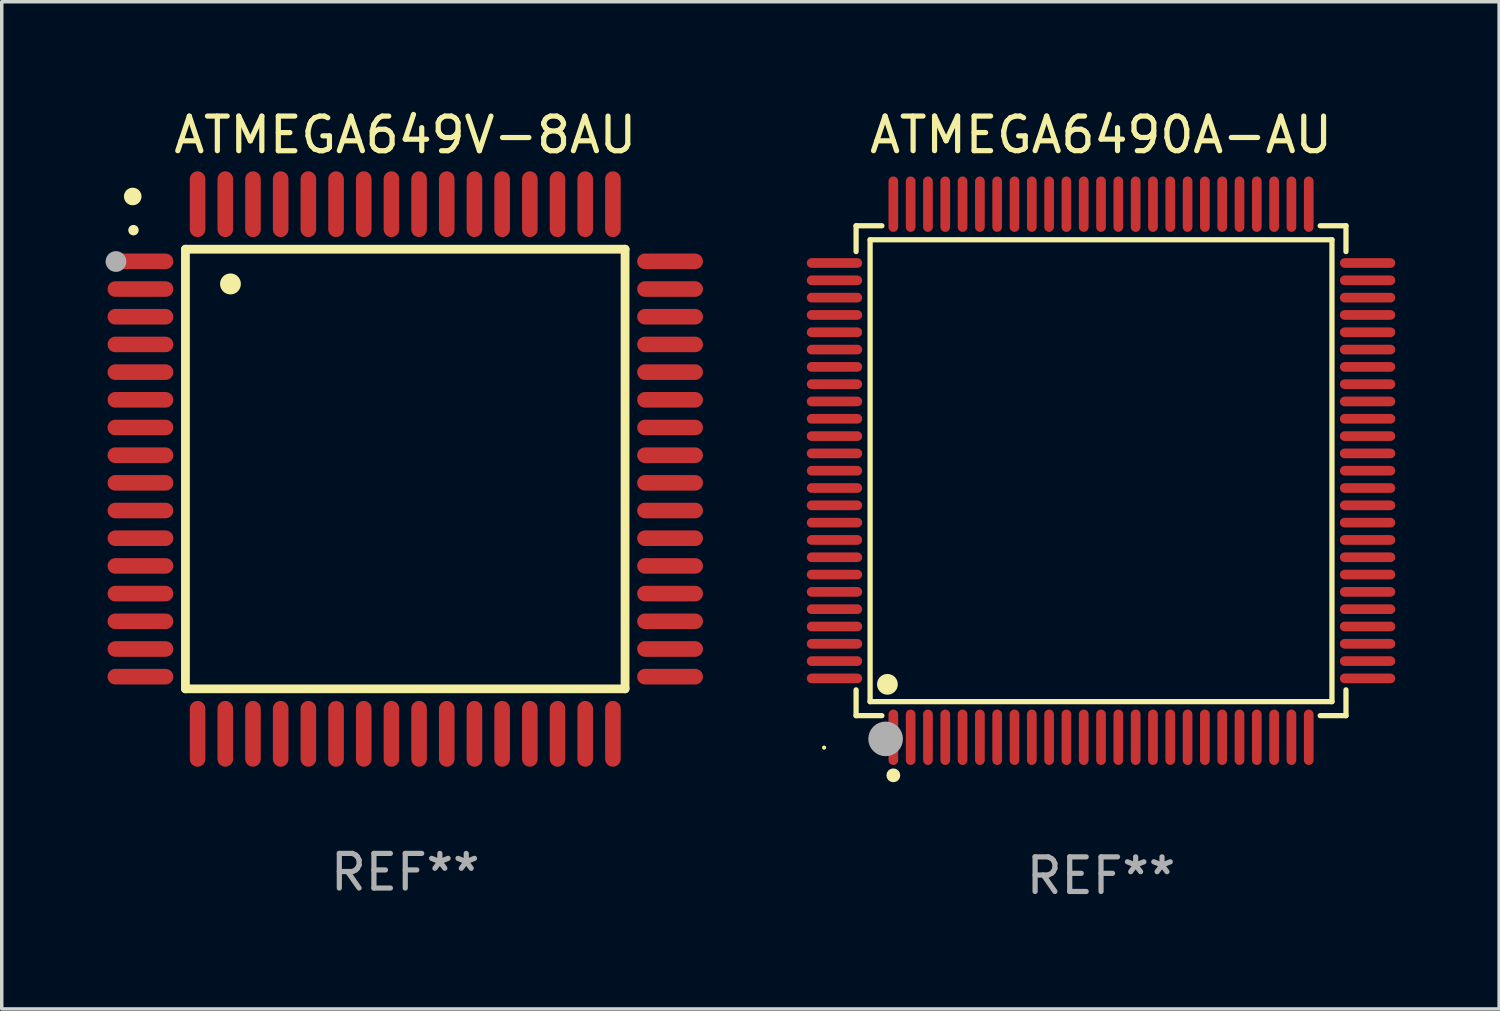
<source format=kicad_pcb>
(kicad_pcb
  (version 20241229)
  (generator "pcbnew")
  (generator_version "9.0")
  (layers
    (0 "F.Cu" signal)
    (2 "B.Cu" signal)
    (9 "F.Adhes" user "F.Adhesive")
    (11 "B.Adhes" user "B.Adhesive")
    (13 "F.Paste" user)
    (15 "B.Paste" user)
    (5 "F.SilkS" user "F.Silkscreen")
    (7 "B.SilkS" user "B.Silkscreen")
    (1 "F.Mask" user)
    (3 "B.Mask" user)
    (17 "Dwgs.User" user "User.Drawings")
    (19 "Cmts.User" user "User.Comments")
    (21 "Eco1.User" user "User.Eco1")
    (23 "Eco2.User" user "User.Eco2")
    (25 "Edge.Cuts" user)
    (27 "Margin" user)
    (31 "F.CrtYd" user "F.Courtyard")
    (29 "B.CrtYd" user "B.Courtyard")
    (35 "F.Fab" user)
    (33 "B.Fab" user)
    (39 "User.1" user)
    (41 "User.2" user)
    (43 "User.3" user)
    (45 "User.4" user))
  (footprint "ATMEGA649V-8AU"
    (layer "F.Cu")
    (at 8.657 10.499)
    (property "Reference" "ATMEGA649V-8AU" (at 0 -9.65 0) (layer "F.SilkS") (effects (font (size 1 1) (thickness 0.15))))
    (attr through_hole)
    (fp_line (start -6.35 -6.35) (end 6.35 -6.35) (stroke (width 0.254) (type solid)) (layer "F.SilkS"))
    (fp_line (start -6.35 6.35) (end -6.35 -6.35) (stroke (width 0.254) (type solid)) (layer "F.SilkS"))
    (fp_line (start 6.35 -6.35) (end 6.35 6.35) (stroke (width 0.254) (type solid)) (layer "F.SilkS"))
    (fp_line (start 6.35 6.35) (end -6.35 6.35) (stroke (width 0.254) (type solid)) (layer "F.SilkS"))
    (fp_arc (start -7.851156 -6.898654) (mid -7.851161 -6.899924) (end -7.851156 -6.901194) (stroke (width 0.3) (type solid)) (layer "F.SilkS"))
    (fp_arc (start -5.04953 -5.344171) (mid -5.049541 -5.346711) (end -5.04953 -5.349251) (stroke (width 0.6) (type solid)) (layer "F.SilkS"))
    (fp_circle (center -7.873 -7.873) (end -7.746 -7.873) (stroke (width 0.254) (type solid)) (fill no) (layer "F.SilkS"))
    (fp_circle (center -8.357 -5.994) (end -8.207 -5.994) (stroke (width 0.3) (type solid)) (fill no) (layer "F.Fab"))
    (fp_text user "REF**" (at 0 11.65 0) (layer "F.Fab") (effects (font (size 1 1) (thickness 0.15))))
    (pad "1" smd oval (at -7.65 -5.999 90) (size 0.45 1.9) (layers "F.Cu" "F.Mask" "F.Paste"))
    (pad "2" smd oval (at -7.65 -5.199 90) (size 0.45 1.9) (layers "F.Cu" "F.Mask" "F.Paste"))
    (pad "3" smd oval (at -7.65 -4.399 90) (size 0.45 1.9) (layers "F.Cu" "F.Mask" "F.Paste"))
    (pad "4" smd oval (at -7.65 -3.599 90) (size 0.45 1.9) (layers "F.Cu" "F.Mask" "F.Paste"))
    (pad "5" smd oval (at -7.65 -2.799 90) (size 0.45 1.9) (layers "F.Cu" "F.Mask" "F.Paste"))
    (pad "6" smd oval (at -7.65 -1.999 90) (size 0.45 1.9) (layers "F.Cu" "F.Mask" "F.Paste"))
    (pad "7" smd oval (at -7.65 -1.199 90) (size 0.45 1.9) (layers "F.Cu" "F.Mask" "F.Paste"))
    (pad "8" smd oval (at -7.65 -0.399 90) (size 0.45 1.9) (layers "F.Cu" "F.Mask" "F.Paste"))
    (pad "9" smd oval (at -7.65 0.399 90) (size 0.45 1.9) (layers "F.Cu" "F.Mask" "F.Paste"))
    (pad "10" smd oval (at -7.65 1.199 90) (size 0.45 1.9) (layers "F.Cu" "F.Mask" "F.Paste"))
    (pad "11" smd oval (at -7.65 1.999 90) (size 0.45 1.9) (layers "F.Cu" "F.Mask" "F.Paste"))
    (pad "12" smd oval (at -7.65 2.799 90) (size 0.45 1.9) (layers "F.Cu" "F.Mask" "F.Paste"))
    (pad "13" smd oval (at -7.65 3.599 90) (size 0.45 1.9) (layers "F.Cu" "F.Mask" "F.Paste"))
    (pad "14" smd oval (at -7.65 4.399 90) (size 0.45 1.9) (layers "F.Cu" "F.Mask" "F.Paste"))
    (pad "15" smd oval (at -7.65 5.199 90) (size 0.45 1.9) (layers "F.Cu" "F.Mask" "F.Paste"))
    (pad "16" smd oval (at -7.65 5.999 90) (size 0.45 1.9) (layers "F.Cu" "F.Mask" "F.Paste"))
    (pad "17" smd oval (at -5.999 7.65) (size 0.45 1.9) (layers "F.Cu" "F.Mask" "F.Paste"))
    (pad "18" smd oval (at -5.199 7.65) (size 0.45 1.9) (layers "F.Cu" "F.Mask" "F.Paste"))
    (pad "19" smd oval (at -4.399 7.65) (size 0.45 1.9) (layers "F.Cu" "F.Mask" "F.Paste"))
    (pad "20" smd oval (at -3.599 7.65) (size 0.45 1.9) (layers "F.Cu" "F.Mask" "F.Paste"))
    (pad "21" smd oval (at -2.799 7.65) (size 0.45 1.9) (layers "F.Cu" "F.Mask" "F.Paste"))
    (pad "22" smd oval (at -1.999 7.65) (size 0.45 1.9) (layers "F.Cu" "F.Mask" "F.Paste"))
    (pad "23" smd oval (at -1.199 7.65) (size 0.45 1.9) (layers "F.Cu" "F.Mask" "F.Paste"))
    (pad "24" smd oval (at -0.399 7.65) (size 0.45 1.9) (layers "F.Cu" "F.Mask" "F.Paste"))
    (pad "25" smd oval (at 0.399 7.65) (size 0.45 1.9) (layers "F.Cu" "F.Mask" "F.Paste"))
    (pad "26" smd oval (at 1.199 7.65) (size 0.45 1.9) (layers "F.Cu" "F.Mask" "F.Paste"))
    (pad "27" smd oval (at 1.999 7.65) (size 0.45 1.9) (layers "F.Cu" "F.Mask" "F.Paste"))
    (pad "28" smd oval (at 2.799 7.65) (size 0.45 1.9) (layers "F.Cu" "F.Mask" "F.Paste"))
    (pad "29" smd oval (at 3.599 7.65) (size 0.45 1.9) (layers "F.Cu" "F.Mask" "F.Paste"))
    (pad "30" smd oval (at 4.399 7.65) (size 0.45 1.9) (layers "F.Cu" "F.Mask" "F.Paste"))
    (pad "31" smd oval (at 5.199 7.65) (size 0.45 1.9) (layers "F.Cu" "F.Mask" "F.Paste"))
    (pad "32" smd oval (at 5.999 7.65) (size 0.45 1.9) (layers "F.Cu" "F.Mask" "F.Paste"))
    (pad "33" smd oval (at 7.65 5.999 90) (size 0.45 1.9) (layers "F.Cu" "F.Mask" "F.Paste"))
    (pad "34" smd oval (at 7.65 5.199 90) (size 0.45 1.9) (layers "F.Cu" "F.Mask" "F.Paste"))
    (pad "35" smd oval (at 7.65 4.399 90) (size 0.45 1.9) (layers "F.Cu" "F.Mask" "F.Paste"))
    (pad "36" smd oval (at 7.65 3.599 90) (size 0.45 1.9) (layers "F.Cu" "F.Mask" "F.Paste"))
    (pad "37" smd oval (at 7.65 2.799 90) (size 0.45 1.9) (layers "F.Cu" "F.Mask" "F.Paste"))
    (pad "38" smd oval (at 7.65 1.999 90) (size 0.45 1.9) (layers "F.Cu" "F.Mask" "F.Paste"))
    (pad "39" smd oval (at 7.65 1.199 90) (size 0.45 1.9) (layers "F.Cu" "F.Mask" "F.Paste"))
    (pad "40" smd oval (at 7.65 0.399 90) (size 0.45 1.9) (layers "F.Cu" "F.Mask" "F.Paste"))
    (pad "41" smd oval (at 7.65 -0.399 90) (size 0.45 1.9) (layers "F.Cu" "F.Mask" "F.Paste"))
    (pad "42" smd oval (at 7.65 -1.199 90) (size 0.45 1.9) (layers "F.Cu" "F.Mask" "F.Paste"))
    (pad "43" smd oval (at 7.65 -1.999 90) (size 0.45 1.9) (layers "F.Cu" "F.Mask" "F.Paste"))
    (pad "44" smd oval (at 7.65 -2.799 90) (size 0.45 1.9) (layers "F.Cu" "F.Mask" "F.Paste"))
    (pad "45" smd oval (at 7.65 -3.599 90) (size 0.45 1.9) (layers "F.Cu" "F.Mask" "F.Paste"))
    (pad "46" smd oval (at 7.65 -4.399 90) (size 0.45 1.9) (layers "F.Cu" "F.Mask" "F.Paste"))
    (pad "47" smd oval (at 7.65 -5.199 90) (size 0.45 1.9) (layers "F.Cu" "F.Mask" "F.Paste"))
    (pad "48" smd oval (at 7.65 -5.999 90) (size 0.45 1.9) (layers "F.Cu" "F.Mask" "F.Paste"))
    (pad "49" smd oval (at 5.999 -7.65) (size 0.45 1.9) (layers "F.Cu" "F.Mask" "F.Paste"))
    (pad "50" smd oval (at 5.199 -7.65) (size 0.45 1.9) (layers "F.Cu" "F.Mask" "F.Paste"))
    (pad "51" smd oval (at 4.399 -7.65) (size 0.45 1.9) (layers "F.Cu" "F.Mask" "F.Paste"))
    (pad "52" smd oval (at 3.599 -7.65) (size 0.45 1.9) (layers "F.Cu" "F.Mask" "F.Paste"))
    (pad "53" smd oval (at 2.799 -7.65) (size 0.45 1.9) (layers "F.Cu" "F.Mask" "F.Paste"))
    (pad "54" smd oval (at 1.999 -7.65) (size 0.45 1.9) (layers "F.Cu" "F.Mask" "F.Paste"))
    (pad "55" smd oval (at 1.199 -7.65) (size 0.45 1.9) (layers "F.Cu" "F.Mask" "F.Paste"))
    (pad "56" smd oval (at 0.399 -7.65) (size 0.45 1.9) (layers "F.Cu" "F.Mask" "F.Paste"))
    (pad "57" smd oval (at -0.399 -7.65) (size 0.45 1.9) (layers "F.Cu" "F.Mask" "F.Paste"))
    (pad "58" smd oval (at -1.199 -7.65) (size 0.45 1.9) (layers "F.Cu" "F.Mask" "F.Paste"))
    (pad "59" smd oval (at -1.999 -7.65) (size 0.45 1.9) (layers "F.Cu" "F.Mask" "F.Paste"))
    (pad "60" smd oval (at -2.799 -7.65) (size 0.45 1.9) (layers "F.Cu" "F.Mask" "F.Paste"))
    (pad "61" smd oval (at -3.599 -7.65) (size 0.45 1.9) (layers "F.Cu" "F.Mask" "F.Paste"))
    (pad "62" smd oval (at -4.399 -7.65) (size 0.45 1.9) (layers "F.Cu" "F.Mask" "F.Paste"))
    (pad "63" smd oval (at -5.199 -7.65) (size 0.45 1.9) (layers "F.Cu" "F.Mask" "F.Paste"))
    (pad "64" smd oval (at -5.999 -7.65) (size 0.45 1.9) (layers "F.Cu" "F.Mask" "F.Paste")))
  (footprint "ATMEGA6490A-AU"
    (layer "F.Cu")
    (at 28.757 10.548)
    (property "Reference" "ATMEGA6490A-AU" (at 0 -9.7 0) (layer "F.SilkS") (effects (font (size 1 1) (thickness 0.15))))
    (attr through_hole)
    (fp_line (start -7.076 -7.076) (end -6.331 -7.076) (stroke (width 0.152) (type solid)) (layer "F.SilkS"))
    (fp_line (start -7.076 -6.331) (end -7.076 -7.076) (stroke (width 0.152) (type solid)) (layer "F.SilkS"))
    (fp_line (start -7.076 6.331) (end -7.076 7.076) (stroke (width 0.152) (type solid)) (layer "F.SilkS"))
    (fp_line (start -7.076 7.076) (end -6.331 7.076) (stroke (width 0.152) (type solid)) (layer "F.SilkS"))
    (fp_line (start -6.671 -6.671) (end 6.671 -6.671) (stroke (width 0.152) (type solid)) (layer "F.SilkS"))
    (fp_line (start -6.671 6.671) (end -6.671 -6.671) (stroke (width 0.152) (type solid)) (layer "F.SilkS"))
    (fp_line (start 6.671 -6.671) (end 6.671 6.671) (stroke (width 0.152) (type solid)) (layer "F.SilkS"))
    (fp_line (start 6.671 6.671) (end -6.671 6.671) (stroke (width 0.152) (type solid)) (layer "F.SilkS"))
    (fp_line (start 7.076 -7.076) (end 6.331 -7.076) (stroke (width 0.152) (type solid)) (layer "F.SilkS"))
    (fp_line (start 7.076 -6.331) (end 7.076 -7.076) (stroke (width 0.152) (type solid)) (layer "F.SilkS"))
    (fp_line (start 7.076 6.331) (end 7.076 7.076) (stroke (width 0.152) (type solid)) (layer "F.SilkS"))
    (fp_line (start 7.076 7.076) (end 6.331 7.076) (stroke (width 0.152) (type solid)) (layer "F.SilkS"))
    (fp_circle (center -8 8) (end -7.97 8) (stroke (width 0.06) (type solid)) (fill no) (layer "F.SilkS"))
    (fp_circle (center -6.171 6.171) (end -6.021 6.171) (stroke (width 0.3) (type solid)) (fill no) (layer "F.SilkS"))
    (fp_circle (center -6 8.8) (end -5.9 8.8) (stroke (width 0.2) (type solid)) (fill no) (layer "F.SilkS"))
    (fp_circle (center -6.223 7.747) (end -5.973 7.747) (stroke (width 0.5) (type solid)) (fill no) (layer "F.Fab"))
    (fp_text user "REF**" (at 0 11.7 0) (layer "F.Fab") (effects (font (size 1 1) (thickness 0.15))))
    (pad "1" smd oval (at -6 7.7) (size 0.28 1.6) (layers "F.Cu" "F.Mask" "F.Paste"))
    (pad "2" smd oval (at -5.5 7.7) (size 0.28 1.6) (layers "F.Cu" "F.Mask" "F.Paste"))
    (pad "3" smd oval (at -5 7.7) (size 0.28 1.6) (layers "F.Cu" "F.Mask" "F.Paste"))
    (pad "4" smd oval (at -4.5 7.7) (size 0.28 1.6) (layers "F.Cu" "F.Mask" "F.Paste"))
    (pad "5" smd oval (at -4 7.7) (size 0.28 1.6) (layers "F.Cu" "F.Mask" "F.Paste"))
    (pad "6" smd oval (at -3.5 7.7) (size 0.28 1.6) (layers "F.Cu" "F.Mask" "F.Paste"))
    (pad "7" smd oval (at -3 7.7) (size 0.28 1.6) (layers "F.Cu" "F.Mask" "F.Paste"))
    (pad "8" smd oval (at -2.5 7.7) (size 0.28 1.6) (layers "F.Cu" "F.Mask" "F.Paste"))
    (pad "9" smd oval (at -2 7.7) (size 0.28 1.6) (layers "F.Cu" "F.Mask" "F.Paste"))
    (pad "10" smd oval (at -1.5 7.7) (size 0.28 1.6) (layers "F.Cu" "F.Mask" "F.Paste"))
    (pad "11" smd oval (at -1 7.7) (size 0.28 1.6) (layers "F.Cu" "F.Mask" "F.Paste"))
    (pad "12" smd oval (at -0.5 7.7) (size 0.28 1.6) (layers "F.Cu" "F.Mask" "F.Paste"))
    (pad "13" smd oval (at 0 7.7) (size 0.28 1.6) (layers "F.Cu" "F.Mask" "F.Paste"))
    (pad "14" smd oval (at 0.5 7.7) (size 0.28 1.6) (layers "F.Cu" "F.Mask" "F.Paste"))
    (pad "15" smd oval (at 1 7.7) (size 0.28 1.6) (layers "F.Cu" "F.Mask" "F.Paste"))
    (pad "16" smd oval (at 1.5 7.7) (size 0.28 1.6) (layers "F.Cu" "F.Mask" "F.Paste"))
    (pad "17" smd oval (at 2 7.7) (size 0.28 1.6) (layers "F.Cu" "F.Mask" "F.Paste"))
    (pad "18" smd oval (at 2.5 7.7) (size 0.28 1.6) (layers "F.Cu" "F.Mask" "F.Paste"))
    (pad "19" smd oval (at 3 7.7) (size 0.28 1.6) (layers "F.Cu" "F.Mask" "F.Paste"))
    (pad "20" smd oval (at 3.5 7.7) (size 0.28 1.6) (layers "F.Cu" "F.Mask" "F.Paste"))
    (pad "21" smd oval (at 4 7.7) (size 0.28 1.6) (layers "F.Cu" "F.Mask" "F.Paste"))
    (pad "22" smd oval (at 4.5 7.7) (size 0.28 1.6) (layers "F.Cu" "F.Mask" "F.Paste"))
    (pad "23" smd oval (at 5 7.7) (size 0.28 1.6) (layers "F.Cu" "F.Mask" "F.Paste"))
    (pad "24" smd oval (at 5.5 7.7) (size 0.28 1.6) (layers "F.Cu" "F.Mask" "F.Paste"))
    (pad "25" smd oval (at 6 7.7) (size 0.28 1.6) (layers "F.Cu" "F.Mask" "F.Paste"))
    (pad "26" smd oval (at 7.7 6) (size 1.6 0.28) (layers "F.Cu" "F.Mask" "F.Paste"))
    (pad "27" smd oval (at 7.7 5.5) (size 1.6 0.28) (layers "F.Cu" "F.Mask" "F.Paste"))
    (pad "28" smd oval (at 7.7 5) (size 1.6 0.28) (layers "F.Cu" "F.Mask" "F.Paste"))
    (pad "29" smd oval (at 7.7 4.5) (size 1.6 0.28) (layers "F.Cu" "F.Mask" "F.Paste"))
    (pad "30" smd oval (at 7.7 4) (size 1.6 0.28) (layers "F.Cu" "F.Mask" "F.Paste"))
    (pad "31" smd oval (at 7.7 3.5) (size 1.6 0.28) (layers "F.Cu" "F.Mask" "F.Paste"))
    (pad "32" smd oval (at 7.7 3) (size 1.6 0.28) (layers "F.Cu" "F.Mask" "F.Paste"))
    (pad "33" smd oval (at 7.7 2.5) (size 1.6 0.28) (layers "F.Cu" "F.Mask" "F.Paste"))
    (pad "34" smd oval (at 7.7 2) (size 1.6 0.28) (layers "F.Cu" "F.Mask" "F.Paste"))
    (pad "35" smd oval (at 7.7 1.5) (size 1.6 0.28) (layers "F.Cu" "F.Mask" "F.Paste"))
    (pad "36" smd oval (at 7.7 1) (size 1.6 0.28) (layers "F.Cu" "F.Mask" "F.Paste"))
    (pad "37" smd oval (at 7.7 0.5) (size 1.6 0.28) (layers "F.Cu" "F.Mask" "F.Paste"))
    (pad "38" smd oval (at 7.7 0) (size 1.6 0.28) (layers "F.Cu" "F.Mask" "F.Paste"))
    (pad "39" smd oval (at 7.7 -0.5) (size 1.6 0.28) (layers "F.Cu" "F.Mask" "F.Paste"))
    (pad "40" smd oval (at 7.7 -1) (size 1.6 0.28) (layers "F.Cu" "F.Mask" "F.Paste"))
    (pad "41" smd oval (at 7.7 -1.5) (size 1.6 0.28) (layers "F.Cu" "F.Mask" "F.Paste"))
    (pad "42" smd oval (at 7.7 -2) (size 1.6 0.28) (layers "F.Cu" "F.Mask" "F.Paste"))
    (pad "43" smd oval (at 7.7 -2.5) (size 1.6 0.28) (layers "F.Cu" "F.Mask" "F.Paste"))
    (pad "44" smd oval (at 7.7 -3) (size 1.6 0.28) (layers "F.Cu" "F.Mask" "F.Paste"))
    (pad "45" smd oval (at 7.7 -3.5) (size 1.6 0.28) (layers "F.Cu" "F.Mask" "F.Paste"))
    (pad "46" smd oval (at 7.7 -4) (size 1.6 0.28) (layers "F.Cu" "F.Mask" "F.Paste"))
    (pad "47" smd oval (at 7.7 -4.5) (size 1.6 0.28) (layers "F.Cu" "F.Mask" "F.Paste"))
    (pad "48" smd oval (at 7.7 -5) (size 1.6 0.28) (layers "F.Cu" "F.Mask" "F.Paste"))
    (pad "49" smd oval (at 7.7 -5.5) (size 1.6 0.28) (layers "F.Cu" "F.Mask" "F.Paste"))
    (pad "50" smd oval (at 7.7 -6) (size 1.6 0.28) (layers "F.Cu" "F.Mask" "F.Paste"))
    (pad "51" smd oval (at 6 -7.7) (size 0.28 1.6) (layers "F.Cu" "F.Mask" "F.Paste"))
    (pad "52" smd oval (at 5.5 -7.7) (size 0.28 1.6) (layers "F.Cu" "F.Mask" "F.Paste"))
    (pad "53" smd oval (at 5 -7.7) (size 0.28 1.6) (layers "F.Cu" "F.Mask" "F.Paste"))
    (pad "54" smd oval (at 4.5 -7.7) (size 0.28 1.6) (layers "F.Cu" "F.Mask" "F.Paste"))
    (pad "55" smd oval (at 4 -7.7) (size 0.28 1.6) (layers "F.Cu" "F.Mask" "F.Paste"))
    (pad "56" smd oval (at 3.5 -7.7) (size 0.28 1.6) (layers "F.Cu" "F.Mask" "F.Paste"))
    (pad "57" smd oval (at 3 -7.7) (size 0.28 1.6) (layers "F.Cu" "F.Mask" "F.Paste"))
    (pad "58" smd oval (at 2.5 -7.7) (size 0.28 1.6) (layers "F.Cu" "F.Mask" "F.Paste"))
    (pad "59" smd oval (at 2 -7.7) (size 0.28 1.6) (layers "F.Cu" "F.Mask" "F.Paste"))
    (pad "60" smd oval (at 1.5 -7.7) (size 0.28 1.6) (layers "F.Cu" "F.Mask" "F.Paste"))
    (pad "61" smd oval (at 1 -7.7) (size 0.28 1.6) (layers "F.Cu" "F.Mask" "F.Paste"))
    (pad "62" smd oval (at 0.5 -7.7) (size 0.28 1.6) (layers "F.Cu" "F.Mask" "F.Paste"))
    (pad "63" smd oval (at 0 -7.7) (size 0.28 1.6) (layers "F.Cu" "F.Mask" "F.Paste"))
    (pad "64" smd oval (at -0.5 -7.7) (size 0.28 1.6) (layers "F.Cu" "F.Mask" "F.Paste"))
    (pad "65" smd oval (at -1 -7.7) (size 0.28 1.6) (layers "F.Cu" "F.Mask" "F.Paste"))
    (pad "66" smd oval (at -1.5 -7.7) (size 0.28 1.6) (layers "F.Cu" "F.Mask" "F.Paste"))
    (pad "67" smd oval (at -2 -7.7) (size 0.28 1.6) (layers "F.Cu" "F.Mask" "F.Paste"))
    (pad "68" smd oval (at -2.5 -7.7) (size 0.28 1.6) (layers "F.Cu" "F.Mask" "F.Paste"))
    (pad "69" smd oval (at -3 -7.7) (size 0.28 1.6) (layers "F.Cu" "F.Mask" "F.Paste"))
    (pad "70" smd oval (at -3.5 -7.7) (size 0.28 1.6) (layers "F.Cu" "F.Mask" "F.Paste"))
    (pad "71" smd oval (at -4 -7.7) (size 0.28 1.6) (layers "F.Cu" "F.Mask" "F.Paste"))
    (pad "72" smd oval (at -4.5 -7.7) (size 0.28 1.6) (layers "F.Cu" "F.Mask" "F.Paste"))
    (pad "73" smd oval (at -5 -7.7) (size 0.28 1.6) (layers "F.Cu" "F.Mask" "F.Paste"))
    (pad "74" smd oval (at -5.5 -7.7) (size 0.28 1.6) (layers "F.Cu" "F.Mask" "F.Paste"))
    (pad "75" smd oval (at -6 -7.7) (size 0.28 1.6) (layers "F.Cu" "F.Mask" "F.Paste"))
    (pad "76" smd oval (at -7.7 -6) (size 1.6 0.28) (layers "F.Cu" "F.Mask" "F.Paste"))
    (pad "77" smd oval (at -7.7 -5.5) (size 1.6 0.28) (layers "F.Cu" "F.Mask" "F.Paste"))
    (pad "78" smd oval (at -7.7 -5) (size 1.6 0.28) (layers "F.Cu" "F.Mask" "F.Paste"))
    (pad "79" smd oval (at -7.7 -4.5) (size 1.6 0.28) (layers "F.Cu" "F.Mask" "F.Paste"))
    (pad "80" smd oval (at -7.7 -4) (size 1.6 0.28) (layers "F.Cu" "F.Mask" "F.Paste"))
    (pad "81" smd oval (at -7.7 -3.5) (size 1.6 0.28) (layers "F.Cu" "F.Mask" "F.Paste"))
    (pad "82" smd oval (at -7.7 -3) (size 1.6 0.28) (layers "F.Cu" "F.Mask" "F.Paste"))
    (pad "83" smd oval (at -7.7 -2.5) (size 1.6 0.28) (layers "F.Cu" "F.Mask" "F.Paste"))
    (pad "84" smd oval (at -7.7 -2) (size 1.6 0.28) (layers "F.Cu" "F.Mask" "F.Paste"))
    (pad "85" smd oval (at -7.7 -1.5) (size 1.6 0.28) (layers "F.Cu" "F.Mask" "F.Paste"))
    (pad "86" smd oval (at -7.7 -1) (size 1.6 0.28) (layers "F.Cu" "F.Mask" "F.Paste"))
    (pad "87" smd oval (at -7.7 -0.5) (size 1.6 0.28) (layers "F.Cu" "F.Mask" "F.Paste"))
    (pad "88" smd oval (at -7.7 0) (size 1.6 0.28) (layers "F.Cu" "F.Mask" "F.Paste"))
    (pad "89" smd oval (at -7.7 0.5) (size 1.6 0.28) (layers "F.Cu" "F.Mask" "F.Paste"))
    (pad "90" smd oval (at -7.7 1) (size 1.6 0.28) (layers "F.Cu" "F.Mask" "F.Paste"))
    (pad "91" smd oval (at -7.7 1.5) (size 1.6 0.28) (layers "F.Cu" "F.Mask" "F.Paste"))
    (pad "92" smd oval (at -7.7 2) (size 1.6 0.28) (layers "F.Cu" "F.Mask" "F.Paste"))
    (pad "93" smd oval (at -7.7 2.5) (size 1.6 0.28) (layers "F.Cu" "F.Mask" "F.Paste"))
    (pad "94" smd oval (at -7.7 3) (size 1.6 0.28) (layers "F.Cu" "F.Mask" "F.Paste"))
    (pad "95" smd oval (at -7.7 3.5) (size 1.6 0.28) (layers "F.Cu" "F.Mask" "F.Paste"))
    (pad "96" smd oval (at -7.7 4) (size 1.6 0.28) (layers "F.Cu" "F.Mask" "F.Paste"))
    (pad "97" smd oval (at -7.7 4.5) (size 1.6 0.28) (layers "F.Cu" "F.Mask" "F.Paste"))
    (pad "98" smd oval (at -7.7 5) (size 1.6 0.28) (layers "F.Cu" "F.Mask" "F.Paste"))
    (pad "99" smd oval (at -7.7 5.5) (size 1.6 0.28) (layers "F.Cu" "F.Mask" "F.Paste"))
    (pad "100" smd oval (at -7.7 6) (size 1.6 0.28) (layers "F.Cu" "F.Mask" "F.Paste")))
  (gr_rect
    (start -3 -3)
    (end 40.257 26.097)
    (stroke (width 0.1) (type default))
    (fill no)
    (layer "Edge.Cuts")))
</source>
